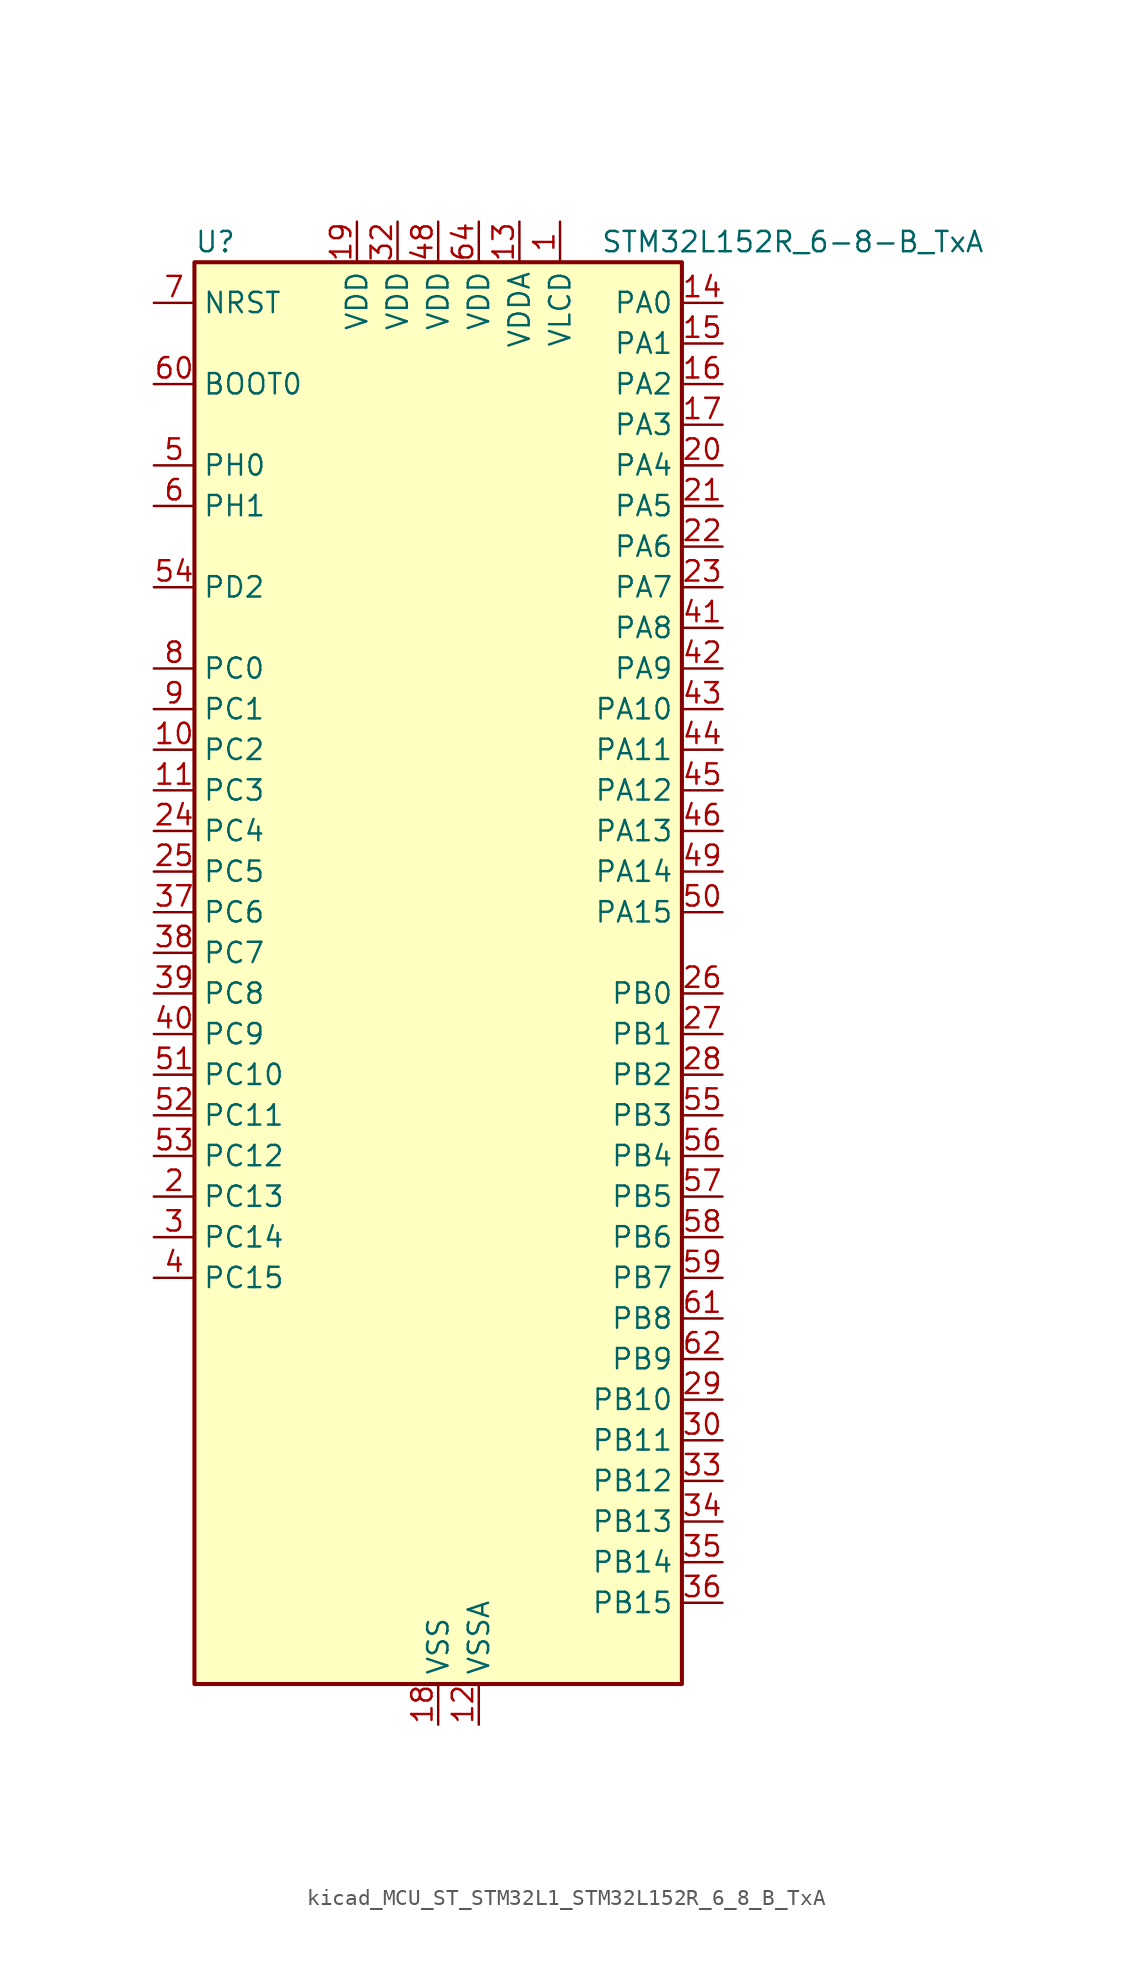
<source format=kicad_sym>
(kicad_symbol_lib
  (version 20220914)
  (generator kicad_symbol_editor)
  (symbol "kicad_MCU_ST_STM32L1_STM32L152R_6_8_B_TxA"
    (property "Reference" "U"
      (at -15.24 46.99 0)
      (effects (font (size 1.27 1.27)) (justify left)))
    (property "Value" "STM32L152R_6-8-B_TxA"
      (at 10.16 46.99 0)
      (effects (font (size 1.27 1.27)) (justify left)))
    (property "ki_locked" ""
      (at 0 0 0)
      (effects (font (size 1.27 1.27))))
    (symbol "kicad_MCU_ST_STM32L1_STM32L152R_6_8_B_TxA_0_1"
      (rectangle (start -15.24 -43.18) (end 15.24 45.72) (stroke (width 0.254) (type default)) (fill (type background))))
    (symbol "kicad_MCU_ST_STM32L1_STM32L152R_6_8_B_TxA_1_1"
      (pin power_in line (at 7.62 48.26 270) (length 2.54) (name "VLCD" (effects (font (size 1.27 1.27)))) (number "1" (effects (font (size 1.27 1.27)))))
      (pin bidirectional line (at -17.78 15.24 0) (length 2.54) (name "PC2" (effects (font (size 1.27 1.27)))) (number "10" (effects (font (size 1.27 1.27)))) (alternate "ADC_IN12" bidirectional line) (alternate "COMP1_INP" bidirectional line) (alternate "LCD_SEG20" bidirectional line) (alternate "TIMX_IC3" bidirectional line) (alternate "TS_G8_IO3" bidirectional line))
      (pin bidirectional line (at -17.78 12.7 0) (length 2.54) (name "PC3" (effects (font (size 1.27 1.27)))) (number "11" (effects (font (size 1.27 1.27)))) (alternate "ADC_IN13" bidirectional line) (alternate "COMP1_INP" bidirectional line) (alternate "LCD_SEG21" bidirectional line) (alternate "TIMX_IC4" bidirectional line) (alternate "TS_G8_IO4" bidirectional line))
      (pin power_in line (at 2.54 -45.72 90) (length 2.54) (name "VSSA" (effects (font (size 1.27 1.27)))) (number "12" (effects (font (size 1.27 1.27)))))
      (pin power_in line (at 5.08 48.26 270) (length 2.54) (name "VDDA" (effects (font (size 1.27 1.27)))) (number "13" (effects (font (size 1.27 1.27)))))
      (pin bidirectional line (at 17.78 43.18 180) (length 2.54) (name "PA0" (effects (font (size 1.27 1.27)))) (number "14" (effects (font (size 1.27 1.27)))) (alternate "ADC_IN0" bidirectional line) (alternate "COMP1_INP" bidirectional line) (alternate "RTC_TAMP2" bidirectional line) (alternate "SYS_WKUP1" bidirectional line) (alternate "TIM2_CH1" bidirectional line) (alternate "TIM2_ETR" bidirectional line) (alternate "TIMX_IC1" bidirectional line) (alternate "TS_G1_IO1" bidirectional line) (alternate "USART2_CTS" bidirectional line))
      (pin bidirectional line (at 17.78 40.64 180) (length 2.54) (name "PA1" (effects (font (size 1.27 1.27)))) (number "15" (effects (font (size 1.27 1.27)))) (alternate "ADC_IN1" bidirectional line) (alternate "COMP1_INP" bidirectional line) (alternate "LCD_SEG0" bidirectional line) (alternate "TIM2_CH2" bidirectional line) (alternate "TIMX_IC2" bidirectional line) (alternate "TS_G1_IO2" bidirectional line) (alternate "USART2_RTS" bidirectional line))
      (pin bidirectional line (at 17.78 38.1 180) (length 2.54) (name "PA2" (effects (font (size 1.27 1.27)))) (number "16" (effects (font (size 1.27 1.27)))) (alternate "ADC_IN2" bidirectional line) (alternate "COMP1_INP" bidirectional line) (alternate "LCD_SEG1" bidirectional line) (alternate "TIM2_CH3" bidirectional line) (alternate "TIM9_CH1" bidirectional line) (alternate "TIMX_IC3" bidirectional line) (alternate "TS_G1_IO3" bidirectional line) (alternate "USART2_TX" bidirectional line))
      (pin bidirectional line (at 17.78 35.56 180) (length 2.54) (name "PA3" (effects (font (size 1.27 1.27)))) (number "17" (effects (font (size 1.27 1.27)))) (alternate "ADC_IN3" bidirectional line) (alternate "COMP1_INP" bidirectional line) (alternate "LCD_SEG2" bidirectional line) (alternate "TIM2_CH4" bidirectional line) (alternate "TIM9_CH2" bidirectional line) (alternate "TIMX_IC4" bidirectional line) (alternate "TS_G1_IO4" bidirectional line) (alternate "USART2_RX" bidirectional line))
      (pin power_in line (at 0 -45.72 90) (length 2.54) (name "VSS" (effects (font (size 1.27 1.27)))) (number "18" (effects (font (size 1.27 1.27)))))
      (pin power_in line (at -5.08 48.26 270) (length 2.54) (name "VDD" (effects (font (size 1.27 1.27)))) (number "19" (effects (font (size 1.27 1.27)))))
      (pin bidirectional line (at -17.78 -12.7 0) (length 2.54) (name "PC13" (effects (font (size 1.27 1.27)))) (number "2" (effects (font (size 1.27 1.27)))) (alternate "RTC_OUT_ALARM" bidirectional line) (alternate "RTC_OUT_CALIB" bidirectional line) (alternate "RTC_TAMP1" bidirectional line) (alternate "RTC_TS" bidirectional line) (alternate "SYS_WKUP2" bidirectional line) (alternate "TIMX_IC2" bidirectional line))
      (pin bidirectional line (at 17.78 33.02 180) (length 2.54) (name "PA4" (effects (font (size 1.27 1.27)))) (number "20" (effects (font (size 1.27 1.27)))) (alternate "ADC_IN4" bidirectional line) (alternate "COMP1_INP" bidirectional line) (alternate "DAC_OUT1" bidirectional line) (alternate "SPI1_NSS" bidirectional line) (alternate "TIMX_IC1" bidirectional line) (alternate "USART2_CK" bidirectional line))
      (pin bidirectional line (at 17.78 30.48 180) (length 2.54) (name "PA5" (effects (font (size 1.27 1.27)))) (number "21" (effects (font (size 1.27 1.27)))) (alternate "ADC_IN5" bidirectional line) (alternate "COMP1_INP" bidirectional line) (alternate "DAC_OUT2" bidirectional line) (alternate "SPI1_SCK" bidirectional line) (alternate "TIM2_CH1" bidirectional line) (alternate "TIM2_ETR" bidirectional line) (alternate "TIMX_IC2" bidirectional line))
      (pin bidirectional line (at 17.78 27.94 180) (length 2.54) (name "PA6" (effects (font (size 1.27 1.27)))) (number "22" (effects (font (size 1.27 1.27)))) (alternate "ADC_IN6" bidirectional line) (alternate "COMP1_INP" bidirectional line) (alternate "LCD_SEG3" bidirectional line) (alternate "SPI1_MISO" bidirectional line) (alternate "TIM10_CH1" bidirectional line) (alternate "TIM3_CH1" bidirectional line) (alternate "TIMX_IC3" bidirectional line) (alternate "TS_G2_IO1" bidirectional line))
      (pin bidirectional line (at 17.78 25.4 180) (length 2.54) (name "PA7" (effects (font (size 1.27 1.27)))) (number "23" (effects (font (size 1.27 1.27)))) (alternate "ADC_IN7" bidirectional line) (alternate "COMP1_INP" bidirectional line) (alternate "LCD_SEG4" bidirectional line) (alternate "SPI1_MOSI" bidirectional line) (alternate "TIM11_CH1" bidirectional line) (alternate "TIM3_CH2" bidirectional line) (alternate "TIMX_IC4" bidirectional line) (alternate "TS_G2_IO2" bidirectional line))
      (pin bidirectional line (at -17.78 10.16 0) (length 2.54) (name "PC4" (effects (font (size 1.27 1.27)))) (number "24" (effects (font (size 1.27 1.27)))) (alternate "ADC_IN14" bidirectional line) (alternate "COMP1_INP" bidirectional line) (alternate "LCD_SEG22" bidirectional line) (alternate "TIMX_IC1" bidirectional line) (alternate "TS_G9_IO1" bidirectional line))
      (pin bidirectional line (at -17.78 7.62 0) (length 2.54) (name "PC5" (effects (font (size 1.27 1.27)))) (number "25" (effects (font (size 1.27 1.27)))) (alternate "ADC_IN15" bidirectional line) (alternate "COMP1_INP" bidirectional line) (alternate "LCD_SEG23" bidirectional line) (alternate "TIMX_IC2" bidirectional line) (alternate "TS_G9_IO2" bidirectional line))
      (pin bidirectional line (at 17.78 0 180) (length 2.54) (name "PB0" (effects (font (size 1.27 1.27)))) (number "26" (effects (font (size 1.27 1.27)))) (alternate "ADC_IN8" bidirectional line) (alternate "COMP1_INP" bidirectional line) (alternate "LCD_SEG5" bidirectional line) (alternate "SYS_V_REF_OUT" bidirectional line) (alternate "TIM3_CH3" bidirectional line) (alternate "TS_G3_IO1" bidirectional line))
      (pin bidirectional line (at 17.78 -2.54 180) (length 2.54) (name "PB1" (effects (font (size 1.27 1.27)))) (number "27" (effects (font (size 1.27 1.27)))) (alternate "ADC_IN9" bidirectional line) (alternate "COMP1_INP" bidirectional line) (alternate "LCD_SEG6" bidirectional line) (alternate "SYS_V_REF_OUT" bidirectional line) (alternate "TIM3_CH4" bidirectional line) (alternate "TS_G3_IO2" bidirectional line))
      (pin bidirectional line (at 17.78 -5.08 180) (length 2.54) (name "PB2" (effects (font (size 1.27 1.27)))) (number "28" (effects (font (size 1.27 1.27)))) (alternate "TS_G3_IO3" bidirectional line))
      (pin bidirectional line (at 17.78 -25.4 180) (length 2.54) (name "PB10" (effects (font (size 1.27 1.27)))) (number "29" (effects (font (size 1.27 1.27)))) (alternate "I2C2_SCL" bidirectional line) (alternate "LCD_SEG10" bidirectional line) (alternate "TIM2_CH3" bidirectional line) (alternate "USART3_TX" bidirectional line))
      (pin bidirectional line (at -17.78 -15.24 0) (length 2.54) (name "PC14" (effects (font (size 1.27 1.27)))) (number "3" (effects (font (size 1.27 1.27)))) (alternate "RCC_OSC32_IN" bidirectional line) (alternate "TIMX_IC3" bidirectional line))
      (pin bidirectional line (at 17.78 -27.94 180) (length 2.54) (name "PB11" (effects (font (size 1.27 1.27)))) (number "30" (effects (font (size 1.27 1.27)))) (alternate "ADC_EXTI11" bidirectional line) (alternate "I2C2_SDA" bidirectional line) (alternate "LCD_SEG11" bidirectional line) (alternate "TIM2_CH4" bidirectional line) (alternate "USART3_RX" bidirectional line))
      (pin passive line (at 0 -45.72 90) (length 2.54) hide (name "VSS" (effects (font (size 1.27 1.27)))) (number "31" (effects (font (size 1.27 1.27)))))
      (pin power_in line (at -2.54 48.26 270) (length 2.54) (name "VDD" (effects (font (size 1.27 1.27)))) (number "32" (effects (font (size 1.27 1.27)))))
      (pin bidirectional line (at 17.78 -30.48 180) (length 2.54) (name "PB12" (effects (font (size 1.27 1.27)))) (number "33" (effects (font (size 1.27 1.27)))) (alternate "ADC_IN18" bidirectional line) (alternate "COMP1_INP" bidirectional line) (alternate "I2C2_SMBA" bidirectional line) (alternate "LCD_SEG12" bidirectional line) (alternate "SPI2_NSS" bidirectional line) (alternate "TIM10_CH1" bidirectional line) (alternate "TS_G7_IO1" bidirectional line) (alternate "USART3_CK" bidirectional line))
      (pin bidirectional line (at 17.78 -33.02 180) (length 2.54) (name "PB13" (effects (font (size 1.27 1.27)))) (number "34" (effects (font (size 1.27 1.27)))) (alternate "ADC_IN19" bidirectional line) (alternate "COMP1_INP" bidirectional line) (alternate "LCD_SEG13" bidirectional line) (alternate "SPI2_SCK" bidirectional line) (alternate "TIM9_CH1" bidirectional line) (alternate "TS_G7_IO2" bidirectional line) (alternate "USART3_CTS" bidirectional line))
      (pin bidirectional line (at 17.78 -35.56 180) (length 2.54) (name "PB14" (effects (font (size 1.27 1.27)))) (number "35" (effects (font (size 1.27 1.27)))) (alternate "ADC_IN20" bidirectional line) (alternate "COMP1_INP" bidirectional line) (alternate "LCD_SEG14" bidirectional line) (alternate "SPI2_MISO" bidirectional line) (alternate "TIM9_CH2" bidirectional line) (alternate "TS_G7_IO3" bidirectional line) (alternate "USART3_RTS" bidirectional line))
      (pin bidirectional line (at 17.78 -38.1 180) (length 2.54) (name "PB15" (effects (font (size 1.27 1.27)))) (number "36" (effects (font (size 1.27 1.27)))) (alternate "ADC_EXTI15" bidirectional line) (alternate "ADC_IN21" bidirectional line) (alternate "COMP1_INP" bidirectional line) (alternate "LCD_SEG15" bidirectional line) (alternate "RTC_REFIN" bidirectional line) (alternate "SPI2_MOSI" bidirectional line) (alternate "TIM11_CH1" bidirectional line) (alternate "TS_G7_IO4" bidirectional line))
      (pin bidirectional line (at -17.78 5.08 0) (length 2.54) (name "PC6" (effects (font (size 1.27 1.27)))) (number "37" (effects (font (size 1.27 1.27)))) (alternate "LCD_SEG24" bidirectional line) (alternate "TIM3_CH1" bidirectional line) (alternate "TIMX_IC3" bidirectional line) (alternate "TS_G10_IO1" bidirectional line))
      (pin bidirectional line (at -17.78 2.54 0) (length 2.54) (name "PC7" (effects (font (size 1.27 1.27)))) (number "38" (effects (font (size 1.27 1.27)))) (alternate "LCD_SEG25" bidirectional line) (alternate "TIM3_CH2" bidirectional line) (alternate "TIMX_IC4" bidirectional line) (alternate "TS_G10_IO2" bidirectional line))
      (pin bidirectional line (at -17.78 0 0) (length 2.54) (name "PC8" (effects (font (size 1.27 1.27)))) (number "39" (effects (font (size 1.27 1.27)))) (alternate "LCD_SEG26" bidirectional line) (alternate "TIM3_CH3" bidirectional line) (alternate "TIMX_IC1" bidirectional line) (alternate "TS_G10_IO3" bidirectional line))
      (pin bidirectional line (at -17.78 -17.78 0) (length 2.54) (name "PC15" (effects (font (size 1.27 1.27)))) (number "4" (effects (font (size 1.27 1.27)))) (alternate "ADC_EXTI15" bidirectional line) (alternate "RCC_OSC32_OUT" bidirectional line) (alternate "TIMX_IC4" bidirectional line))
      (pin bidirectional line (at -17.78 -2.54 0) (length 2.54) (name "PC9" (effects (font (size 1.27 1.27)))) (number "40" (effects (font (size 1.27 1.27)))) (alternate "DAC_EXTI9" bidirectional line) (alternate "LCD_SEG27" bidirectional line) (alternate "TIM3_CH4" bidirectional line) (alternate "TIMX_IC2" bidirectional line) (alternate "TS_G10_IO4" bidirectional line))
      (pin bidirectional line (at 17.78 22.86 180) (length 2.54) (name "PA8" (effects (font (size 1.27 1.27)))) (number "41" (effects (font (size 1.27 1.27)))) (alternate "LCD_COM0" bidirectional line) (alternate "RCC_MCO" bidirectional line) (alternate "TIMX_IC1" bidirectional line) (alternate "TS_G4_IO1" bidirectional line) (alternate "USART1_CK" bidirectional line))
      (pin bidirectional line (at 17.78 20.32 180) (length 2.54) (name "PA9" (effects (font (size 1.27 1.27)))) (number "42" (effects (font (size 1.27 1.27)))) (alternate "DAC_EXTI9" bidirectional line) (alternate "LCD_COM1" bidirectional line) (alternate "TIMX_IC2" bidirectional line) (alternate "TS_G4_IO2" bidirectional line) (alternate "USART1_TX" bidirectional line))
      (pin bidirectional line (at 17.78 17.78 180) (length 2.54) (name "PA10" (effects (font (size 1.27 1.27)))) (number "43" (effects (font (size 1.27 1.27)))) (alternate "LCD_COM2" bidirectional line) (alternate "TIMX_IC3" bidirectional line) (alternate "TS_G4_IO3" bidirectional line) (alternate "USART1_RX" bidirectional line))
      (pin bidirectional line (at 17.78 15.24 180) (length 2.54) (name "PA11" (effects (font (size 1.27 1.27)))) (number "44" (effects (font (size 1.27 1.27)))) (alternate "ADC_EXTI11" bidirectional line) (alternate "SPI1_MISO" bidirectional line) (alternate "TIMX_IC4" bidirectional line) (alternate "USART1_CTS" bidirectional line) (alternate "USB_DM" bidirectional line))
      (pin bidirectional line (at 17.78 12.7 180) (length 2.54) (name "PA12" (effects (font (size 1.27 1.27)))) (number "45" (effects (font (size 1.27 1.27)))) (alternate "SPI1_MOSI" bidirectional line) (alternate "TIMX_IC1" bidirectional line) (alternate "USART1_RTS" bidirectional line) (alternate "USB_DP" bidirectional line))
      (pin bidirectional line (at 17.78 10.16 180) (length 2.54) (name "PA13" (effects (font (size 1.27 1.27)))) (number "46" (effects (font (size 1.27 1.27)))) (alternate "SYS_JTMS-SWDIO" bidirectional line) (alternate "TIMX_IC2" bidirectional line) (alternate "TS_G5_IO1" bidirectional line))
      (pin passive line (at 0 -45.72 90) (length 2.54) hide (name "VSS" (effects (font (size 1.27 1.27)))) (number "47" (effects (font (size 1.27 1.27)))))
      (pin power_in line (at 0 48.26 270) (length 2.54) (name "VDD" (effects (font (size 1.27 1.27)))) (number "48" (effects (font (size 1.27 1.27)))))
      (pin bidirectional line (at 17.78 7.62 180) (length 2.54) (name "PA14" (effects (font (size 1.27 1.27)))) (number "49" (effects (font (size 1.27 1.27)))) (alternate "SYS_JTCK-SWCLK" bidirectional line) (alternate "TIMX_IC3" bidirectional line) (alternate "TS_G5_IO2" bidirectional line))
      (pin bidirectional line (at -17.78 33.02 0) (length 2.54) (name "PH0" (effects (font (size 1.27 1.27)))) (number "5" (effects (font (size 1.27 1.27)))) (alternate "RCC_OSC_IN" bidirectional line))
      (pin bidirectional line (at 17.78 5.08 180) (length 2.54) (name "PA15" (effects (font (size 1.27 1.27)))) (number "50" (effects (font (size 1.27 1.27)))) (alternate "ADC_EXTI15" bidirectional line) (alternate "LCD_SEG17" bidirectional line) (alternate "SPI1_NSS" bidirectional line) (alternate "SYS_JTDI" bidirectional line) (alternate "TIM2_CH1" bidirectional line) (alternate "TIM2_ETR" bidirectional line) (alternate "TIMX_IC4" bidirectional line) (alternate "TS_G5_IO3" bidirectional line))
      (pin bidirectional line (at -17.78 -5.08 0) (length 2.54) (name "PC10" (effects (font (size 1.27 1.27)))) (number "51" (effects (font (size 1.27 1.27)))) (alternate "LCD_COM4" bidirectional line) (alternate "LCD_SEG28" bidirectional line) (alternate "LCD_SEG40" bidirectional line) (alternate "TIMX_IC3" bidirectional line) (alternate "USART3_TX" bidirectional line))
      (pin bidirectional line (at -17.78 -7.62 0) (length 2.54) (name "PC11" (effects (font (size 1.27 1.27)))) (number "52" (effects (font (size 1.27 1.27)))) (alternate "ADC_EXTI11" bidirectional line) (alternate "LCD_COM5" bidirectional line) (alternate "LCD_SEG29" bidirectional line) (alternate "LCD_SEG41" bidirectional line) (alternate "TIMX_IC4" bidirectional line) (alternate "USART3_RX" bidirectional line))
      (pin bidirectional line (at -17.78 -10.16 0) (length 2.54) (name "PC12" (effects (font (size 1.27 1.27)))) (number "53" (effects (font (size 1.27 1.27)))) (alternate "LCD_COM6" bidirectional line) (alternate "LCD_SEG30" bidirectional line) (alternate "LCD_SEG42" bidirectional line) (alternate "TIMX_IC1" bidirectional line) (alternate "USART3_CK" bidirectional line))
      (pin bidirectional line (at -17.78 25.4 0) (length 2.54) (name "PD2" (effects (font (size 1.27 1.27)))) (number "54" (effects (font (size 1.27 1.27)))) (alternate "LCD_COM7" bidirectional line) (alternate "LCD_SEG31" bidirectional line) (alternate "LCD_SEG43" bidirectional line) (alternate "TIM3_ETR" bidirectional line) (alternate "TIMX_IC3" bidirectional line))
      (pin bidirectional line (at 17.78 -7.62 180) (length 2.54) (name "PB3" (effects (font (size 1.27 1.27)))) (number "55" (effects (font (size 1.27 1.27)))) (alternate "COMP2_INM" bidirectional line) (alternate "LCD_SEG7" bidirectional line) (alternate "SPI1_SCK" bidirectional line) (alternate "SYS_JTDO-TRACESWO" bidirectional line) (alternate "TIM2_CH2" bidirectional line))
      (pin bidirectional line (at 17.78 -10.16 180) (length 2.54) (name "PB4" (effects (font (size 1.27 1.27)))) (number "56" (effects (font (size 1.27 1.27)))) (alternate "COMP2_INP" bidirectional line) (alternate "LCD_SEG8" bidirectional line) (alternate "SPI1_MISO" bidirectional line) (alternate "SYS_JTRST" bidirectional line) (alternate "TIM3_CH1" bidirectional line) (alternate "TS_G6_IO1" bidirectional line))
      (pin bidirectional line (at 17.78 -12.7 180) (length 2.54) (name "PB5" (effects (font (size 1.27 1.27)))) (number "57" (effects (font (size 1.27 1.27)))) (alternate "COMP2_INP" bidirectional line) (alternate "I2C1_SMBA" bidirectional line) (alternate "LCD_SEG9" bidirectional line) (alternate "SPI1_MOSI" bidirectional line) (alternate "TIM3_CH2" bidirectional line) (alternate "TS_G6_IO2" bidirectional line))
      (pin bidirectional line (at 17.78 -15.24 180) (length 2.54) (name "PB6" (effects (font (size 1.27 1.27)))) (number "58" (effects (font (size 1.27 1.27)))) (alternate "I2C1_SCL" bidirectional line) (alternate "TIM4_CH1" bidirectional line) (alternate "TS_G6_IO3" bidirectional line) (alternate "USART1_TX" bidirectional line))
      (pin bidirectional line (at 17.78 -17.78 180) (length 2.54) (name "PB7" (effects (font (size 1.27 1.27)))) (number "59" (effects (font (size 1.27 1.27)))) (alternate "I2C1_SDA" bidirectional line) (alternate "SYS_PVD_IN" bidirectional line) (alternate "TIM4_CH2" bidirectional line) (alternate "TS_G6_IO4" bidirectional line) (alternate "USART1_RX" bidirectional line))
      (pin bidirectional line (at -17.78 30.48 0) (length 2.54) (name "PH1" (effects (font (size 1.27 1.27)))) (number "6" (effects (font (size 1.27 1.27)))) (alternate "RCC_OSC_OUT" bidirectional line))
      (pin input line (at -17.78 38.1 0) (length 2.54) (name "BOOT0" (effects (font (size 1.27 1.27)))) (number "60" (effects (font (size 1.27 1.27)))))
      (pin bidirectional line (at 17.78 -20.32 180) (length 2.54) (name "PB8" (effects (font (size 1.27 1.27)))) (number "61" (effects (font (size 1.27 1.27)))) (alternate "I2C1_SCL" bidirectional line) (alternate "LCD_SEG16" bidirectional line) (alternate "TIM10_CH1" bidirectional line) (alternate "TIM4_CH3" bidirectional line))
      (pin bidirectional line (at 17.78 -22.86 180) (length 2.54) (name "PB9" (effects (font (size 1.27 1.27)))) (number "62" (effects (font (size 1.27 1.27)))) (alternate "DAC_EXTI9" bidirectional line) (alternate "I2C1_SDA" bidirectional line) (alternate "LCD_COM3" bidirectional line) (alternate "TIM11_CH1" bidirectional line) (alternate "TIM4_CH4" bidirectional line))
      (pin passive line (at 0 -45.72 90) (length 2.54) hide (name "VSS" (effects (font (size 1.27 1.27)))) (number "63" (effects (font (size 1.27 1.27)))))
      (pin power_in line (at 2.54 48.26 270) (length 2.54) (name "VDD" (effects (font (size 1.27 1.27)))) (number "64" (effects (font (size 1.27 1.27)))))
      (pin input line (at -17.78 43.18 0) (length 2.54) (name "NRST" (effects (font (size 1.27 1.27)))) (number "7" (effects (font (size 1.27 1.27)))))
      (pin bidirectional line (at -17.78 20.32 0) (length 2.54) (name "PC0" (effects (font (size 1.27 1.27)))) (number "8" (effects (font (size 1.27 1.27)))) (alternate "ADC_IN10" bidirectional line) (alternate "COMP1_INP" bidirectional line) (alternate "LCD_SEG18" bidirectional line) (alternate "TIMX_IC1" bidirectional line) (alternate "TS_G8_IO1" bidirectional line))
      (pin bidirectional line (at -17.78 17.78 0) (length 2.54) (name "PC1" (effects (font (size 1.27 1.27)))) (number "9" (effects (font (size 1.27 1.27)))) (alternate "ADC_IN11" bidirectional line) (alternate "COMP1_INP" bidirectional line) (alternate "LCD_SEG19" bidirectional line) (alternate "TIMX_IC2" bidirectional line) (alternate "TS_G8_IO2" bidirectional line)))))
</source>
